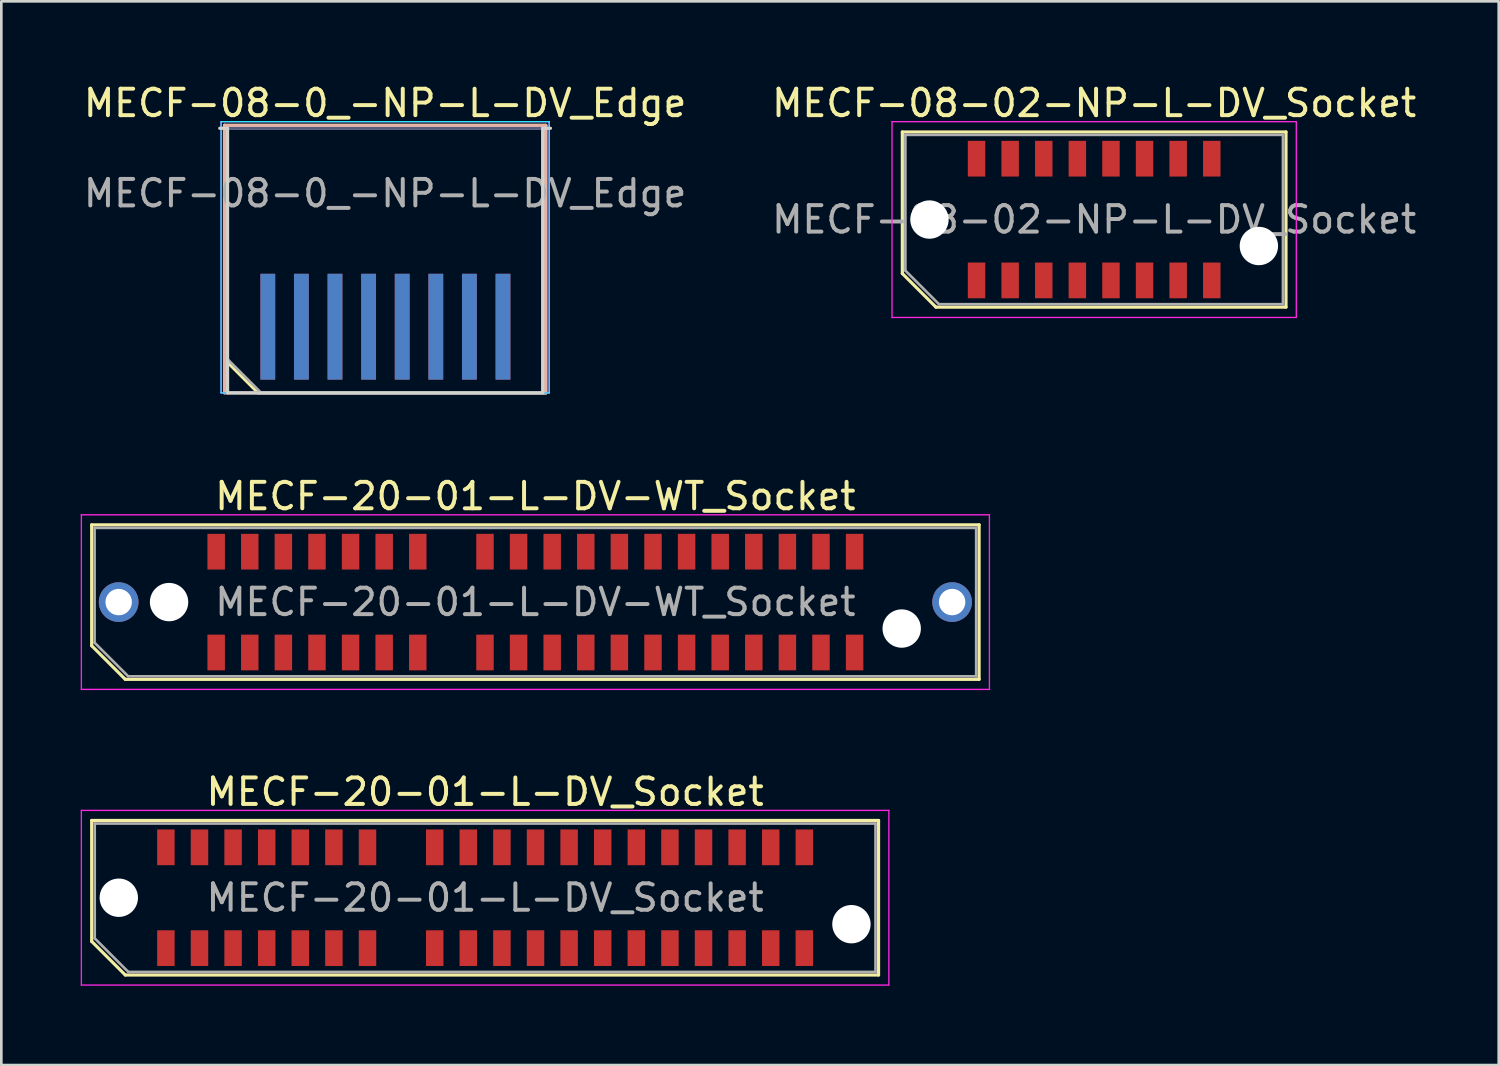
<source format=kicad_pcb>
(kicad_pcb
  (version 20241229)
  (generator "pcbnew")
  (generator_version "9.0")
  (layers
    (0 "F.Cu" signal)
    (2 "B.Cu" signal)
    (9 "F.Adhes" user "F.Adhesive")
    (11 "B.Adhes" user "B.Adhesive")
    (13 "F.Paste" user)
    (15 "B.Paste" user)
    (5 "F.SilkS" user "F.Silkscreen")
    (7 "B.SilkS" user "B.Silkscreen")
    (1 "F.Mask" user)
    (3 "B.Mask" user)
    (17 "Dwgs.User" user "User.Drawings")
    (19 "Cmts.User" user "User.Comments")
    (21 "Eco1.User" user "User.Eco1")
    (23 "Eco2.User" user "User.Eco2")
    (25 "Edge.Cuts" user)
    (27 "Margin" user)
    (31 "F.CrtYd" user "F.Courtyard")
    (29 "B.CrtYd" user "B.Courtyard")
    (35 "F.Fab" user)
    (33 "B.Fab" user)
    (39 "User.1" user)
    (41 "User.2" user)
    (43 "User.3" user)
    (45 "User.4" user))
  (footprint "MECF-20-01-L-DV-WT_Socket"
    (layer "F.Cu")
    (at 17.185 19.706)
    (property "Reference" "MECF-20-01-L-DV-WT_Socket" (at 0 -4 0) (layer "F.SilkS") (effects (font (size 1 1) (thickness 0.15))))
    (attr smd)
    (fp_line (start -16.77 -2.92) (end 16.77 -2.92) (stroke (width 0.12) (type solid)) (layer "F.SilkS"))
    (fp_line (start -16.77 1.65) (end -16.77 -2.92) (stroke (width 0.12) (type solid)) (layer "F.SilkS"))
    (fp_line (start -15.5 2.92) (end -16.77 1.65) (stroke (width 0.12) (type solid)) (layer "F.SilkS"))
    (fp_line (start -15.5 2.92) (end 16.77 2.92) (stroke (width 0.12) (type solid)) (layer "F.SilkS"))
    (fp_line (start 16.77 2.92) (end 16.77 -2.92) (stroke (width 0.12) (type solid)) (layer "F.SilkS"))
    (fp_line (start -17.16 -3.3) (end -17.16 3.3) (stroke (width 0.05) (type solid)) (layer "F.CrtYd"))
    (fp_line (start -17.16 3.3) (end 17.16 3.3) (stroke (width 0.05) (type solid)) (layer "F.CrtYd"))
    (fp_line (start 17.16 -3.3) (end -17.16 -3.3) (stroke (width 0.05) (type solid)) (layer "F.CrtYd"))
    (fp_line (start 17.16 3.3) (end 17.16 -3.3) (stroke (width 0.05) (type solid)) (layer "F.CrtYd"))
    (fp_line (start -16.66 -2.805) (end 16.66 -2.805) (stroke (width 0.1) (type solid)) (layer "F.Fab"))
    (fp_line (start -16.66 1.535) (end -16.66 -2.805) (stroke (width 0.1) (type solid)) (layer "F.Fab"))
    (fp_line (start -16.66 1.535) (end -15.39 2.805) (stroke (width 0.1) (type solid)) (layer "F.Fab"))
    (fp_line (start -15.39 2.805) (end 16.66 2.805) (stroke (width 0.1) (type solid)) (layer "F.Fab"))
    (fp_line (start 16.66 2.805) (end 16.66 -2.805) (stroke (width 0.1) (type solid)) (layer "F.Fab"))
    (fp_text user "${REFERENCE}" (at 0 0 0) (layer "F.Fab") (effects (font (size 1 1) (thickness 0.15))))
    (pad "" thru_hole circle (at -15.75 0) (size 1.5 1.5) (drill 1) (layers "*.Cu" "*.Mask"))
    (pad "" np_thru_hole circle (at -13.845 0) (size 1.45 1.45) (drill 1.45) (layers "*.Cu" "*.Mask"))
    (pad "" np_thru_hole circle (at 13.845 1) (size 1.45 1.45) (drill 1.45) (layers "*.Cu" "*.Mask"))
    (pad "" thru_hole circle (at 15.75 0) (size 1.5 1.5) (drill 1) (layers "*.Cu" "*.Mask"))
    (pad "1" smd rect (at -12.065 1.905) (size 0.66 1.35) (layers "F.Cu" "F.Mask" "F.Paste"))
    (pad "2" smd rect (at -12.065 -1.905) (size 0.66 1.35) (layers "F.Cu" "F.Mask" "F.Paste"))
    (pad "3" smd rect (at -10.795 1.905) (size 0.66 1.35) (layers "F.Cu" "F.Mask" "F.Paste"))
    (pad "4" smd rect (at -10.795 -1.905) (size 0.66 1.35) (layers "F.Cu" "F.Mask" "F.Paste"))
    (pad "5" smd rect (at -9.525 1.905) (size 0.66 1.35) (layers "F.Cu" "F.Mask" "F.Paste"))
    (pad "6" smd rect (at -9.525 -1.905) (size 0.66 1.35) (layers "F.Cu" "F.Mask" "F.Paste"))
    (pad "7" smd rect (at -8.255 1.905) (size 0.66 1.35) (layers "F.Cu" "F.Mask" "F.Paste"))
    (pad "8" smd rect (at -8.255 -1.905) (size 0.66 1.35) (layers "F.Cu" "F.Mask" "F.Paste"))
    (pad "9" smd rect (at -6.985 1.905) (size 0.66 1.35) (layers "F.Cu" "F.Mask" "F.Paste"))
    (pad "10" smd rect (at -6.985 -1.905) (size 0.66 1.35) (layers "F.Cu" "F.Mask" "F.Paste"))
    (pad "11" smd rect (at -5.715 1.905) (size 0.66 1.35) (layers "F.Cu" "F.Mask" "F.Paste"))
    (pad "12" smd rect (at -5.715 -1.905) (size 0.66 1.35) (layers "F.Cu" "F.Mask" "F.Paste"))
    (pad "13" smd rect (at -4.445 1.905) (size 0.66 1.35) (layers "F.Cu" "F.Mask" "F.Paste"))
    (pad "14" smd rect (at -4.445 -1.905) (size 0.66 1.35) (layers "F.Cu" "F.Mask" "F.Paste"))
    (pad "17" smd rect (at -1.905 1.905) (size 0.66 1.35) (layers "F.Cu" "F.Mask" "F.Paste"))
    (pad "18" smd rect (at -1.905 -1.905) (size 0.66 1.35) (layers "F.Cu" "F.Mask" "F.Paste"))
    (pad "19" smd rect (at -0.635 1.905) (size 0.66 1.35) (layers "F.Cu" "F.Mask" "F.Paste"))
    (pad "20" smd rect (at -0.635 -1.905) (size 0.66 1.35) (layers "F.Cu" "F.Mask" "F.Paste"))
    (pad "21" smd rect (at 0.635 1.905) (size 0.66 1.35) (layers "F.Cu" "F.Mask" "F.Paste"))
    (pad "22" smd rect (at 0.635 -1.905) (size 0.66 1.35) (layers "F.Cu" "F.Mask" "F.Paste"))
    (pad "23" smd rect (at 1.905 1.905) (size 0.66 1.35) (layers "F.Cu" "F.Mask" "F.Paste"))
    (pad "24" smd rect (at 1.905 -1.905) (size 0.66 1.35) (layers "F.Cu" "F.Mask" "F.Paste"))
    (pad "25" smd rect (at 3.175 1.905) (size 0.66 1.35) (layers "F.Cu" "F.Mask" "F.Paste"))
    (pad "26" smd rect (at 3.175 -1.905) (size 0.66 1.35) (layers "F.Cu" "F.Mask" "F.Paste"))
    (pad "27" smd rect (at 4.445 1.905) (size 0.66 1.35) (layers "F.Cu" "F.Mask" "F.Paste"))
    (pad "28" smd rect (at 4.445 -1.905) (size 0.66 1.35) (layers "F.Cu" "F.Mask" "F.Paste"))
    (pad "29" smd rect (at 5.715 1.905) (size 0.66 1.35) (layers "F.Cu" "F.Mask" "F.Paste"))
    (pad "30" smd rect (at 5.715 -1.905) (size 0.66 1.35) (layers "F.Cu" "F.Mask" "F.Paste"))
    (pad "31" smd rect (at 6.985 1.905) (size 0.66 1.35) (layers "F.Cu" "F.Mask" "F.Paste"))
    (pad "32" smd rect (at 6.985 -1.905) (size 0.66 1.35) (layers "F.Cu" "F.Mask" "F.Paste"))
    (pad "33" smd rect (at 8.255 1.905) (size 0.66 1.35) (layers "F.Cu" "F.Mask" "F.Paste"))
    (pad "34" smd rect (at 8.255 -1.905) (size 0.66 1.35) (layers "F.Cu" "F.Mask" "F.Paste"))
    (pad "35" smd rect (at 9.525 1.905) (size 0.66 1.35) (layers "F.Cu" "F.Mask" "F.Paste"))
    (pad "36" smd rect (at 9.525 -1.905) (size 0.66 1.35) (layers "F.Cu" "F.Mask" "F.Paste"))
    (pad "37" smd rect (at 10.795 1.905) (size 0.66 1.35) (layers "F.Cu" "F.Mask" "F.Paste"))
    (pad "38" smd rect (at 10.795 -1.905) (size 0.66 1.35) (layers "F.Cu" "F.Mask" "F.Paste"))
    (pad "39" smd rect (at 12.065 1.905) (size 0.66 1.35) (layers "F.Cu" "F.Mask" "F.Paste"))
    (pad "40" smd rect (at 12.065 -1.905) (size 0.66 1.35) (layers "F.Cu" "F.Mask" "F.Paste")))
  (footprint "MECF-08-02-NP-L-DV_Socket"
    (layer "F.Cu")
    (at 38.304 5.248)
    (property "Reference" "MECF-08-02-NP-L-DV_Socket" (at 0 -4.4 0) (layer "F.SilkS") (effects (font (size 1 1) (thickness 0.15))))
    (attr smd)
    (fp_line (start -7.25 -3.31) (end 7.25 -3.31) (stroke (width 0.12) (type solid)) (layer "F.SilkS"))
    (fp_line (start -7.25 2.04) (end -7.25 -3.31) (stroke (width 0.12) (type solid)) (layer "F.SilkS"))
    (fp_line (start -5.98 3.31) (end -7.25 2.04) (stroke (width 0.12) (type solid)) (layer "F.SilkS"))
    (fp_line (start -5.98 3.31) (end 7.25 3.31) (stroke (width 0.12) (type solid)) (layer "F.SilkS"))
    (fp_line (start 7.25 3.31) (end 7.25 -3.31) (stroke (width 0.12) (type solid)) (layer "F.SilkS"))
    (fp_line (start -7.64 -3.7) (end -7.64 3.7) (stroke (width 0.05) (type solid)) (layer "F.CrtYd"))
    (fp_line (start -7.64 3.7) (end 7.64 3.7) (stroke (width 0.05) (type solid)) (layer "F.CrtYd"))
    (fp_line (start 7.64 -3.7) (end -7.64 -3.7) (stroke (width 0.05) (type solid)) (layer "F.CrtYd"))
    (fp_line (start 7.64 3.7) (end 7.64 -3.7) (stroke (width 0.05) (type solid)) (layer "F.CrtYd"))
    (fp_line (start -7.135 -3.2) (end 7.135 -3.2) (stroke (width 0.1) (type solid)) (layer "F.Fab"))
    (fp_line (start -7.135 1.93) (end -7.135 -3.2) (stroke (width 0.1) (type solid)) (layer "F.Fab"))
    (fp_line (start -7.135 1.93) (end -5.865 3.2) (stroke (width 0.1) (type solid)) (layer "F.Fab"))
    (fp_line (start -5.865 3.2) (end 7.135 3.2) (stroke (width 0.1) (type solid)) (layer "F.Fab"))
    (fp_line (start 7.135 3.2) (end 7.135 -3.2) (stroke (width 0.1) (type solid)) (layer "F.Fab"))
    (fp_text user "${REFERENCE}" (at 0 0 0) (layer "F.Fab") (effects (font (size 1 1) (thickness 0.15))))
    (pad "" np_thru_hole circle (at -6.225 0) (size 1.45 1.45) (drill 1.45) (layers "*.Cu" "*.Mask"))
    (pad "" np_thru_hole circle (at 6.225 1) (size 1.45 1.45) (drill 1.45) (layers "*.Cu" "*.Mask"))
    (pad "1" smd rect (at -4.445 2.3) (size 0.66 1.35) (layers "F.Cu" "F.Mask" "F.Paste"))
    (pad "2" smd rect (at -4.445 -2.3) (size 0.66 1.35) (layers "F.Cu" "F.Mask" "F.Paste"))
    (pad "3" smd rect (at -3.175 2.3) (size 0.66 1.35) (layers "F.Cu" "F.Mask" "F.Paste"))
    (pad "4" smd rect (at -3.175 -2.3) (size 0.66 1.35) (layers "F.Cu" "F.Mask" "F.Paste"))
    (pad "5" smd rect (at -1.905 2.3) (size 0.66 1.35) (layers "F.Cu" "F.Mask" "F.Paste"))
    (pad "6" smd rect (at -1.905 -2.3) (size 0.66 1.35) (layers "F.Cu" "F.Mask" "F.Paste"))
    (pad "7" smd rect (at -0.635 2.3) (size 0.66 1.35) (layers "F.Cu" "F.Mask" "F.Paste"))
    (pad "8" smd rect (at -0.635 -2.3) (size 0.66 1.35) (layers "F.Cu" "F.Mask" "F.Paste"))
    (pad "9" smd rect (at 0.635 2.3) (size 0.66 1.35) (layers "F.Cu" "F.Mask" "F.Paste"))
    (pad "10" smd rect (at 0.635 -2.3) (size 0.66 1.35) (layers "F.Cu" "F.Mask" "F.Paste"))
    (pad "11" smd rect (at 1.905 2.3) (size 0.66 1.35) (layers "F.Cu" "F.Mask" "F.Paste"))
    (pad "12" smd rect (at 1.905 -2.3) (size 0.66 1.35) (layers "F.Cu" "F.Mask" "F.Paste"))
    (pad "13" smd rect (at 3.175 2.3) (size 0.66 1.35) (layers "F.Cu" "F.Mask" "F.Paste"))
    (pad "14" smd rect (at 3.175 -2.3) (size 0.66 1.35) (layers "F.Cu" "F.Mask" "F.Paste"))
    (pad "15" smd rect (at 4.445 2.3) (size 0.66 1.35) (layers "F.Cu" "F.Mask" "F.Paste"))
    (pad "16" smd rect (at 4.445 -2.3) (size 0.66 1.35) (layers "F.Cu" "F.Mask" "F.Paste")))
  (footprint "MECF-08-0_-NP-L-DV_Edge"
    (layer "F.Cu")
    (at 11.506 6.798)
    (property "Reference" "MECF-08-0_-NP-L-DV_Edge" (at 0 -5.95 0) (layer "F.SilkS") (effects (font (size 1 1) (thickness 0.15))))
    (attr exclude_from_pos_files exclude_from_bom)
    (fp_line (start -6.07 -5.11) (end 6.07 -5.11) (stroke (width 0.12) (type solid)) (layer "F.SilkS"))
    (fp_line (start -6.07 3.73) (end -6.07 -5.11) (stroke (width 0.12) (type solid)) (layer "F.SilkS"))
    (fp_line (start -4.8 5) (end -6.07 3.73) (stroke (width 0.12) (type solid)) (layer "F.SilkS"))
    (fp_line (start -4.8 5) (end 6.07 5) (stroke (width 0.12) (type solid)) (layer "F.SilkS"))
    (fp_line (start 6.07 5) (end 6.07 -5.11) (stroke (width 0.12) (type solid)) (layer "F.SilkS"))
    (fp_line (start -6.07 -5.11) (end 6.07 -5.11) (stroke (width 0.12) (type solid)) (layer "B.SilkS"))
    (fp_line (start -6.07 5) (end -6.07 -5.11) (stroke (width 0.12) (type solid)) (layer "B.SilkS"))
    (fp_line (start -6.07 5) (end 6.07 5) (stroke (width 0.12) (type solid)) (layer "B.SilkS"))
    (fp_line (start 6.07 5) (end 6.07 -5.11) (stroke (width 0.12) (type solid)) (layer "B.SilkS"))
    (fp_line (start -6.25 -5) (end -5.955 -5) (stroke (width 0.12) (type solid)) (layer "Edge.Cuts"))
    (fp_line (start -5.955 5) (end -5.955 -5) (stroke (width 0.12) (type solid)) (layer "Edge.Cuts"))
    (fp_line (start -5.955 5) (end 5.955 5) (stroke (width 0.12) (type solid)) (layer "Edge.Cuts"))
    (fp_line (start 5.955 5) (end 5.955 -5) (stroke (width 0.12) (type solid)) (layer "Edge.Cuts"))
    (fp_line (start 6.25 -5) (end 5.955 -5) (stroke (width 0.12) (type solid)) (layer "Edge.Cuts"))
    (fp_line (start -6.2 -5.25) (end -6.2 5) (stroke (width 0.05) (type solid)) (layer "B.CrtYd"))
    (fp_line (start -6.2 5) (end 6.2 5) (stroke (width 0.05) (type solid)) (layer "B.CrtYd"))
    (fp_line (start 6.2 -5.25) (end -6.2 -5.25) (stroke (width 0.05) (type solid)) (layer "B.CrtYd"))
    (fp_line (start 6.2 5) (end 6.2 -5.25) (stroke (width 0.05) (type solid)) (layer "B.CrtYd"))
    (fp_line (start -6.2 -5.25) (end -6.2 5) (stroke (width 0.05) (type solid)) (layer "F.CrtYd"))
    (fp_line (start -6.2 5) (end 6.2 5) (stroke (width 0.05) (type solid)) (layer "F.CrtYd"))
    (fp_line (start 6.2 -5.25) (end -6.2 -5.25) (stroke (width 0.05) (type solid)) (layer "F.CrtYd"))
    (fp_line (start 6.2 5) (end 6.2 -5.25) (stroke (width 0.05) (type solid)) (layer "F.CrtYd"))
    (fp_line (start -5.955 -5) (end 5.955 -5) (stroke (width 0.1) (type solid)) (layer "B.Fab"))
    (fp_line (start -5.955 5) (end -5.955 -5) (stroke (width 0.1) (type solid)) (layer "B.Fab"))
    (fp_line (start -5.955 5) (end 5.955 5) (stroke (width 0.1) (type solid)) (layer "B.Fab"))
    (fp_line (start 5.955 5) (end 5.955 -5) (stroke (width 0.1) (type solid)) (layer "B.Fab"))
    (fp_line (start -5.955 -5) (end 5.955 -5) (stroke (width 0.1) (type solid)) (layer "F.Fab"))
    (fp_line (start -5.955 3.73) (end -5.955 -5) (stroke (width 0.1) (type solid)) (layer "F.Fab"))
    (fp_line (start -5.955 3.73) (end -4.685 5) (stroke (width 0.1) (type solid)) (layer "F.Fab"))
    (fp_line (start -4.685 5) (end 5.955 5) (stroke (width 0.1) (type solid)) (layer "F.Fab"))
    (fp_line (start 5.955 5) (end 5.955 -5) (stroke (width 0.1) (type solid)) (layer "F.Fab"))
    (fp_text user "${REFERENCE}" (at 0 -2.54 0) (layer "F.Fab") (effects (font (size 1 1) (thickness 0.15))))
    (pad "1" smd rect (at -4.435 2.5) (size 0.56 4) (layers "F.Cu" "F.Mask" "F.Paste"))
    (pad "2" smd rect (at -4.435 2.5) (size 0.56 4) (layers "B.Cu" "B.Mask" "B.Paste"))
    (pad "3" smd rect (at -3.165 2.5) (size 0.56 4) (layers "F.Cu" "F.Mask" "F.Paste"))
    (pad "4" smd rect (at -3.165 2.5) (size 0.56 4) (layers "B.Cu" "B.Mask" "B.Paste"))
    (pad "5" smd rect (at -1.895 2.5) (size 0.56 4) (layers "F.Cu" "F.Mask" "F.Paste"))
    (pad "6" smd rect (at -1.895 2.5) (size 0.56 4) (layers "B.Cu" "B.Mask" "B.Paste"))
    (pad "7" smd rect (at -0.625 2.5) (size 0.56 4) (layers "F.Cu" "F.Mask" "F.Paste"))
    (pad "8" smd rect (at -0.625 2.5) (size 0.56 4) (layers "B.Cu" "B.Mask" "B.Paste"))
    (pad "9" smd rect (at 0.645 2.5) (size 0.56 4) (layers "F.Cu" "F.Mask" "F.Paste"))
    (pad "10" smd rect (at 0.645 2.5) (size 0.56 4) (layers "B.Cu" "B.Mask" "B.Paste"))
    (pad "11" smd rect (at 1.915 2.5) (size 0.56 4) (layers "F.Cu" "F.Mask" "F.Paste"))
    (pad "12" smd rect (at 1.915 2.5) (size 0.56 4) (layers "B.Cu" "B.Mask" "B.Paste"))
    (pad "13" smd rect (at 3.185 2.5) (size 0.56 4) (layers "F.Cu" "F.Mask" "F.Paste"))
    (pad "14" smd rect (at 3.185 2.5) (size 0.56 4) (layers "B.Cu" "B.Mask" "B.Paste"))
    (pad "15" smd rect (at 4.455 2.5) (size 0.56 4) (layers "F.Cu" "F.Mask" "F.Paste"))
    (pad "16" smd rect (at 4.455 2.5) (size 0.56 4) (layers "B.Cu" "B.Mask" "B.Paste")))
  (footprint "MECF-20-01-L-DV_Socket"
    (layer "F.Cu")
    (at 15.285 30.88)
    (property "Reference" "MECF-20-01-L-DV_Socket" (at 0 -4 0) (layer "F.SilkS") (effects (font (size 1 1) (thickness 0.15))))
    (attr smd)
    (fp_line (start -14.87 -2.92) (end 14.87 -2.92) (stroke (width 0.12) (type solid)) (layer "F.SilkS"))
    (fp_line (start -14.87 1.65) (end -14.87 -2.92) (stroke (width 0.12) (type solid)) (layer "F.SilkS"))
    (fp_line (start -13.6 2.92) (end -14.87 1.65) (stroke (width 0.12) (type solid)) (layer "F.SilkS"))
    (fp_line (start -13.6 2.92) (end 14.87 2.92) (stroke (width 0.12) (type solid)) (layer "F.SilkS"))
    (fp_line (start 14.87 2.92) (end 14.87 -2.92) (stroke (width 0.12) (type solid)) (layer "F.SilkS"))
    (fp_line (start -15.26 -3.3) (end -15.26 3.3) (stroke (width 0.05) (type solid)) (layer "F.CrtYd"))
    (fp_line (start -15.26 3.3) (end 15.26 3.3) (stroke (width 0.05) (type solid)) (layer "F.CrtYd"))
    (fp_line (start 15.26 -3.3) (end -15.26 -3.3) (stroke (width 0.05) (type solid)) (layer "F.CrtYd"))
    (fp_line (start 15.26 3.3) (end 15.26 -3.3) (stroke (width 0.05) (type solid)) (layer "F.CrtYd"))
    (fp_line (start -14.755 -2.805) (end 14.755 -2.805) (stroke (width 0.1) (type solid)) (layer "F.Fab"))
    (fp_line (start -14.755 1.535) (end -14.755 -2.805) (stroke (width 0.1) (type solid)) (layer "F.Fab"))
    (fp_line (start -14.755 1.535) (end -13.485 2.805) (stroke (width 0.1) (type solid)) (layer "F.Fab"))
    (fp_line (start -13.485 2.805) (end 14.755 2.805) (stroke (width 0.1) (type solid)) (layer "F.Fab"))
    (fp_line (start 14.755 2.805) (end 14.755 -2.805) (stroke (width 0.1) (type solid)) (layer "F.Fab"))
    (fp_text user "${REFERENCE}" (at 0 0 0) (layer "F.Fab") (effects (font (size 1 1) (thickness 0.15))))
    (pad "" np_thru_hole circle (at -13.845 0) (size 1.45 1.45) (drill 1.45) (layers "*.Cu" "*.Mask"))
    (pad "" np_thru_hole circle (at 13.845 1) (size 1.45 1.45) (drill 1.45) (layers "*.Cu" "*.Mask"))
    (pad "1" smd rect (at -12.065 1.905) (size 0.66 1.35) (layers "F.Cu" "F.Mask" "F.Paste"))
    (pad "2" smd rect (at -12.065 -1.905) (size 0.66 1.35) (layers "F.Cu" "F.Mask" "F.Paste"))
    (pad "3" smd rect (at -10.795 1.905) (size 0.66 1.35) (layers "F.Cu" "F.Mask" "F.Paste"))
    (pad "4" smd rect (at -10.795 -1.905) (size 0.66 1.35) (layers "F.Cu" "F.Mask" "F.Paste"))
    (pad "5" smd rect (at -9.525 1.905) (size 0.66 1.35) (layers "F.Cu" "F.Mask" "F.Paste"))
    (pad "6" smd rect (at -9.525 -1.905) (size 0.66 1.35) (layers "F.Cu" "F.Mask" "F.Paste"))
    (pad "7" smd rect (at -8.255 1.905) (size 0.66 1.35) (layers "F.Cu" "F.Mask" "F.Paste"))
    (pad "8" smd rect (at -8.255 -1.905) (size 0.66 1.35) (layers "F.Cu" "F.Mask" "F.Paste"))
    (pad "9" smd rect (at -6.985 1.905) (size 0.66 1.35) (layers "F.Cu" "F.Mask" "F.Paste"))
    (pad "10" smd rect (at -6.985 -1.905) (size 0.66 1.35) (layers "F.Cu" "F.Mask" "F.Paste"))
    (pad "11" smd rect (at -5.715 1.905) (size 0.66 1.35) (layers "F.Cu" "F.Mask" "F.Paste"))
    (pad "12" smd rect (at -5.715 -1.905) (size 0.66 1.35) (layers "F.Cu" "F.Mask" "F.Paste"))
    (pad "13" smd rect (at -4.445 1.905) (size 0.66 1.35) (layers "F.Cu" "F.Mask" "F.Paste"))
    (pad "14" smd rect (at -4.445 -1.905) (size 0.66 1.35) (layers "F.Cu" "F.Mask" "F.Paste"))
    (pad "17" smd rect (at -1.905 1.905) (size 0.66 1.35) (layers "F.Cu" "F.Mask" "F.Paste"))
    (pad "18" smd rect (at -1.905 -1.905) (size 0.66 1.35) (layers "F.Cu" "F.Mask" "F.Paste"))
    (pad "19" smd rect (at -0.635 1.905) (size 0.66 1.35) (layers "F.Cu" "F.Mask" "F.Paste"))
    (pad "20" smd rect (at -0.635 -1.905) (size 0.66 1.35) (layers "F.Cu" "F.Mask" "F.Paste"))
    (pad "21" smd rect (at 0.635 1.905) (size 0.66 1.35) (layers "F.Cu" "F.Mask" "F.Paste"))
    (pad "22" smd rect (at 0.635 -1.905) (size 0.66 1.35) (layers "F.Cu" "F.Mask" "F.Paste"))
    (pad "23" smd rect (at 1.905 1.905) (size 0.66 1.35) (layers "F.Cu" "F.Mask" "F.Paste"))
    (pad "24" smd rect (at 1.905 -1.905) (size 0.66 1.35) (layers "F.Cu" "F.Mask" "F.Paste"))
    (pad "25" smd rect (at 3.175 1.905) (size 0.66 1.35) (layers "F.Cu" "F.Mask" "F.Paste"))
    (pad "26" smd rect (at 3.175 -1.905) (size 0.66 1.35) (layers "F.Cu" "F.Mask" "F.Paste"))
    (pad "27" smd rect (at 4.445 1.905) (size 0.66 1.35) (layers "F.Cu" "F.Mask" "F.Paste"))
    (pad "28" smd rect (at 4.445 -1.905) (size 0.66 1.35) (layers "F.Cu" "F.Mask" "F.Paste"))
    (pad "29" smd rect (at 5.715 1.905) (size 0.66 1.35) (layers "F.Cu" "F.Mask" "F.Paste"))
    (pad "30" smd rect (at 5.715 -1.905) (size 0.66 1.35) (layers "F.Cu" "F.Mask" "F.Paste"))
    (pad "31" smd rect (at 6.985 1.905) (size 0.66 1.35) (layers "F.Cu" "F.Mask" "F.Paste"))
    (pad "32" smd rect (at 6.985 -1.905) (size 0.66 1.35) (layers "F.Cu" "F.Mask" "F.Paste"))
    (pad "33" smd rect (at 8.255 1.905) (size 0.66 1.35) (layers "F.Cu" "F.Mask" "F.Paste"))
    (pad "34" smd rect (at 8.255 -1.905) (size 0.66 1.35) (layers "F.Cu" "F.Mask" "F.Paste"))
    (pad "35" smd rect (at 9.525 1.905) (size 0.66 1.35) (layers "F.Cu" "F.Mask" "F.Paste"))
    (pad "36" smd rect (at 9.525 -1.905) (size 0.66 1.35) (layers "F.Cu" "F.Mask" "F.Paste"))
    (pad "37" smd rect (at 10.795 1.905) (size 0.66 1.35) (layers "F.Cu" "F.Mask" "F.Paste"))
    (pad "38" smd rect (at 10.795 -1.905) (size 0.66 1.35) (layers "F.Cu" "F.Mask" "F.Paste"))
    (pad "39" smd rect (at 12.065 1.905) (size 0.66 1.35) (layers "F.Cu" "F.Mask" "F.Paste"))
    (pad "40" smd rect (at 12.065 -1.905) (size 0.66 1.35) (layers "F.Cu" "F.Mask" "F.Paste")))
  (gr_rect
    (start -3 -3)
    (end 53.595 37.205)
    (stroke (width 0.1) (type default))
    (fill no)
    (layer "Edge.Cuts")))
</source>
